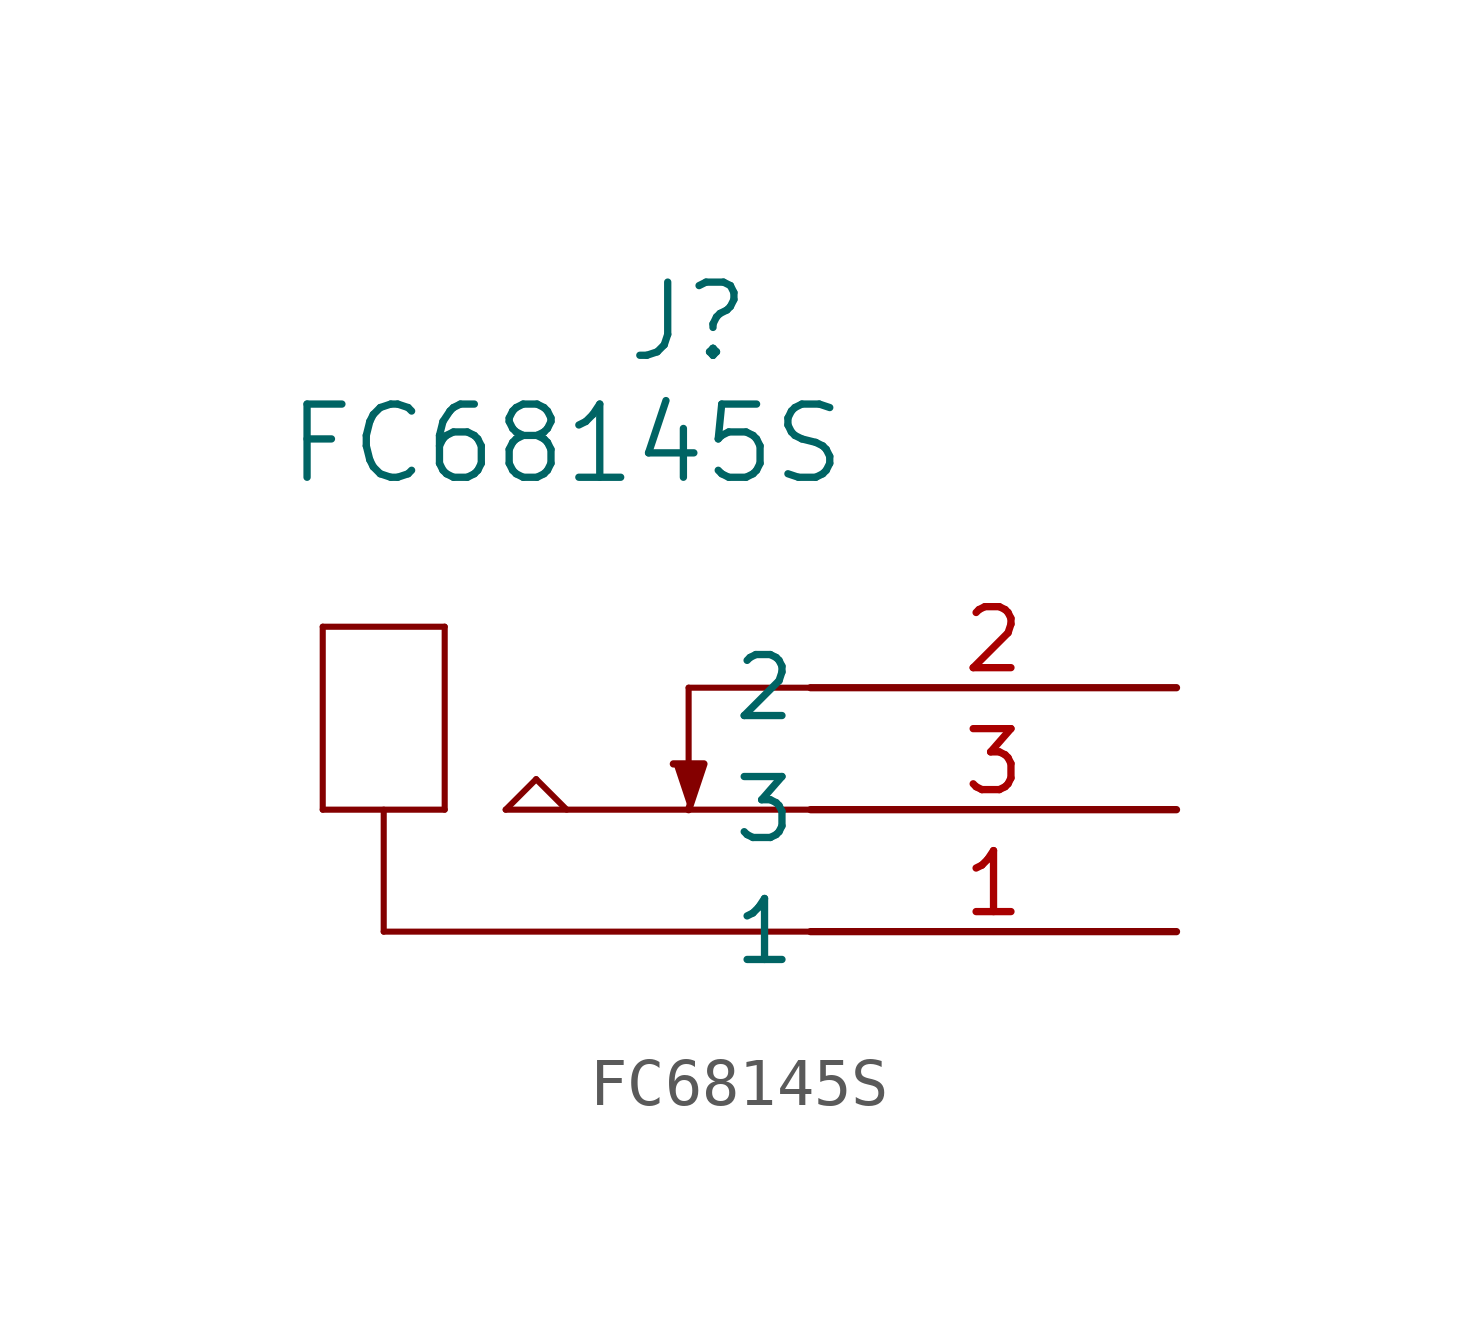
<source format=kicad_sym>
(kicad_symbol_lib
  (version 20211014)
  (generator kicad_symbol_editor)
  (symbol "FC68145S"
    (pin_names
      (offset 0.254))
    (property "Reference" "J"
      (at -10.16 7.62 0)
      (effects (font (size 1.524 1.524))))
    (property "Value" "FC68145S"
      (at -12.7 5.08 0)
      (effects (font (size 1.524 1.524))))
    (symbol "FC68145S_0_1"
      (polyline (pts (xy -7.62 -5.08) (xy -16.51 -5.08)) (stroke (width 0.127) (type default) (color 0 0 0 0)) (fill (type none)))
      (polyline (pts (xy -7.62 0) (xy -10.16 0)) (stroke (width 0.127) (type default) (color 0 0 0 0)) (fill (type none)))
      (polyline (pts (xy -10.16 -1.587) (xy -10.16 0)) (stroke (width 0.127) (type default) (color 0 0 0 0)) (fill (type none)))
      (polyline (pts (xy -7.62 -2.54) (xy -13.97 -2.54)) (stroke (width 0.127) (type default) (color 0 0 0 0)) (fill (type none)))
      (polyline (pts (xy -13.97 -2.54) (xy -13.335 -1.905)) (stroke (width 0.127) (type default) (color 0 0 0 0)) (fill (type none)))
      (polyline (pts (xy -13.335 -1.905) (xy -12.7 -2.54)) (stroke (width 0.127) (type default) (color 0 0 0 0)) (fill (type none)))
      (polyline (pts (xy -16.51 -2.54) (xy -16.51 -5.08)) (stroke (width 0.127) (type default) (color 0 0 0 0)) (fill (type none)))
      (polyline (pts (xy -17.78 -2.54) (xy -15.24 -2.54)) (stroke (width 0.127) (type default) (color 0 0 0 0)) (fill (type none)))
      (polyline (pts (xy -15.24 -2.54) (xy -15.24 1.27)) (stroke (width 0.127) (type default) (color 0 0 0 0)) (fill (type none)))
      (polyline (pts (xy -15.24 1.27) (xy -17.78 1.27)) (stroke (width 0.127) (type default) (color 0 0 0 0)) (fill (type none)))
      (polyline (pts (xy -17.78 1.27) (xy -17.78 -2.54)) (stroke (width 0.127) (type default) (color 0 0 0 0)) (fill (type none)))
      (polyline (pts (xy -10.16 -2.54) (xy -9.842 -1.587) (xy -10.477 -1.587)) (stroke (width 0) (type default) (color 0 0 0 0)) (fill (type outline)))
      (pin unspecified line (at 0 -5.08 180) (length 7.62) (name "1" (effects (font (size 1.27 1.27)))) (number "1" (effects (font (size 1.27 1.27)))))
      (pin unspecified line (at 0 0 180) (length 7.62) (name "2" (effects (font (size 1.27 1.27)))) (number "2" (effects (font (size 1.27 1.27)))))
      (pin unspecified line (at 0 -2.54 180) (length 7.62) (name "3" (effects (font (size 1.27 1.27)))) (number "3" (effects (font (size 1.27 1.27))))))))
</source>
